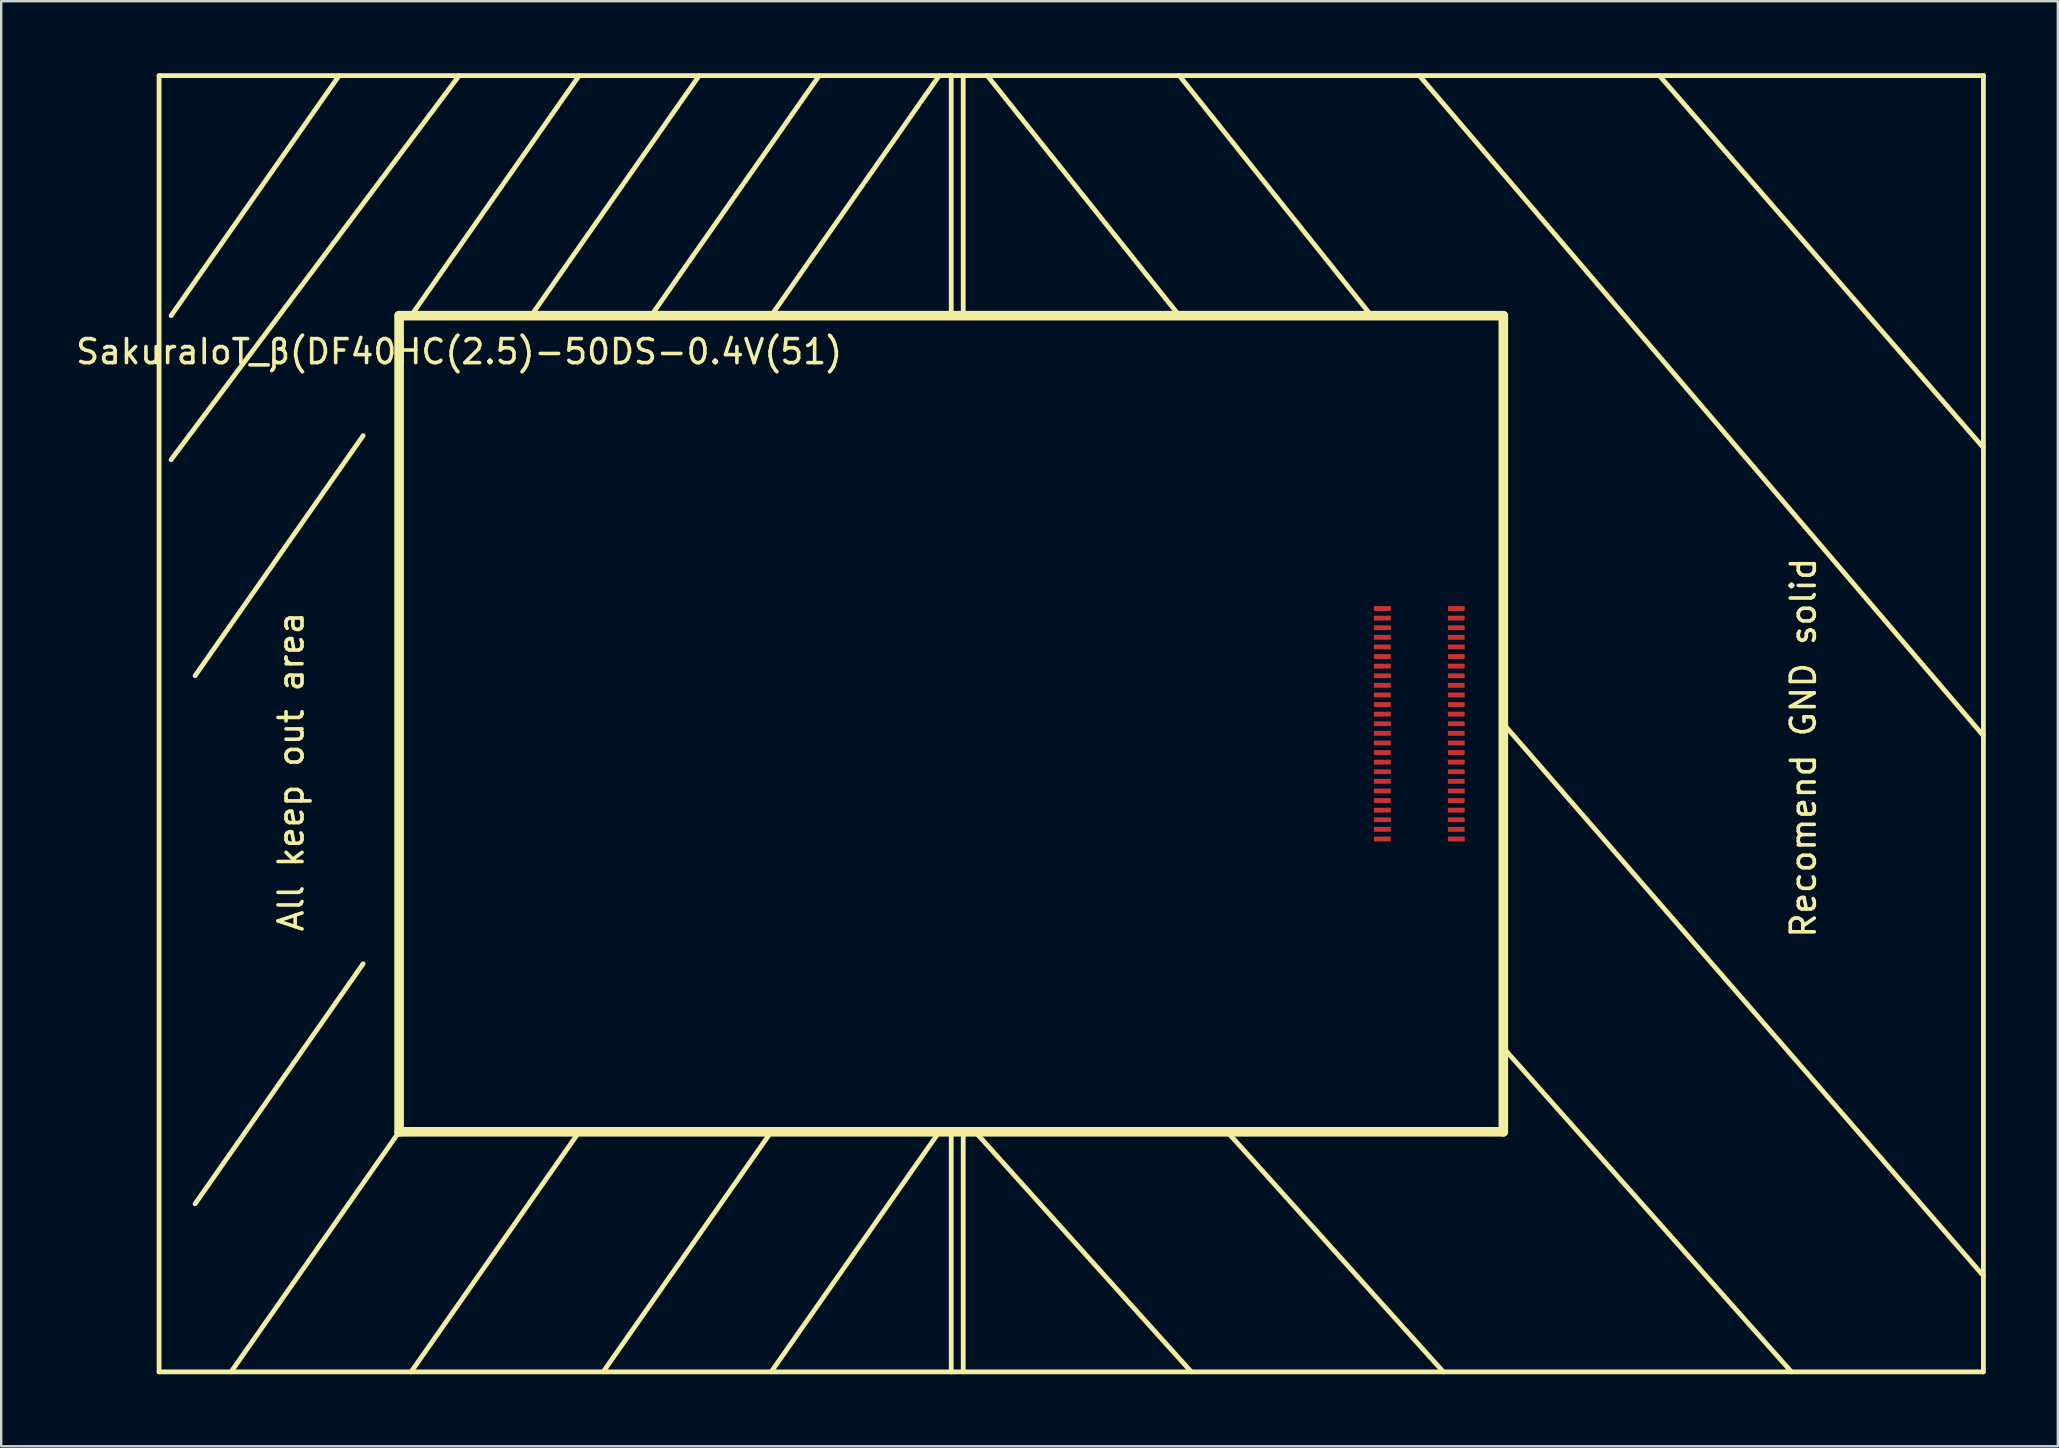
<source format=kicad_pcb>
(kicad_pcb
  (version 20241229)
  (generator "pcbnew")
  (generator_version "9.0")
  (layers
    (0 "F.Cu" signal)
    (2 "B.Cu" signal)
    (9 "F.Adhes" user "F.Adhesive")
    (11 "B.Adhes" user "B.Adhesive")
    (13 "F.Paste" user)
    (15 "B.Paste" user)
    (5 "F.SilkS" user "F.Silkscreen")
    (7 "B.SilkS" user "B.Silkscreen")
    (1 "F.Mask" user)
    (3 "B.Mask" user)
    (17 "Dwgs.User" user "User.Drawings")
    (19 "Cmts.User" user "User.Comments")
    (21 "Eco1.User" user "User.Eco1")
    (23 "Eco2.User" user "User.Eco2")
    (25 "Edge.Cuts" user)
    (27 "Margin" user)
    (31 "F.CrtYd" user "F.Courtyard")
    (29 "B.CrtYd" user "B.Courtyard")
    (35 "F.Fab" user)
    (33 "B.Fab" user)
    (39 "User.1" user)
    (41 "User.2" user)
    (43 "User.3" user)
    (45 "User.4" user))
  (footprint "SakuraIoT_β(DF40HC(2.5)-50DS-0.4V(51)"
    (layer "F.Cu")
    (at 56.077 27.1)
    (property "Reference" "SakuraIoT_β(DF40HC(2.5)-50DS-0.4V(51)" (at -40 -15.5 0) (layer "F.SilkS") (effects (font (size 1 1) (thickness 0.15))))
    (attr through_hole)
    (fp_line (start -52.5 -27) (end -19.5 -27) (stroke (width 0.2) (type solid)) (layer "F.SilkS"))
    (fp_line (start -52.5 27) (end -52.5 -27) (stroke (width 0.2) (type solid)) (layer "F.SilkS"))
    (fp_line (start -45 -27) (end -52 -17) (stroke (width 0.2) (type solid)) (layer "F.SilkS"))
    (fp_line (start -44 -12) (end -51 -2) (stroke (width 0.2) (type solid)) (layer "F.SilkS"))
    (fp_line (start -44 10) (end -51 20) (stroke (width 0.2) (type solid)) (layer "F.SilkS"))
    (fp_line (start -42.5 -17) (end 3.5 -17) (stroke (width 0.4) (type solid)) (layer "F.SilkS"))
    (fp_line (start -42.5 17) (end -49.5 27) (stroke (width 0.2) (type solid)) (layer "F.SilkS"))
    (fp_line (start -42.5 17) (end -42.5 -17) (stroke (width 0.4) (type solid)) (layer "F.SilkS"))
    (fp_line (start -40 -27) (end -52 -11) (stroke (width 0.2) (type solid)) (layer "F.SilkS"))
    (fp_line (start -35 -27) (end -42 -17) (stroke (width 0.2) (type solid)) (layer "F.SilkS"))
    (fp_line (start -35 17) (end -42 27) (stroke (width 0.2) (type solid)) (layer "F.SilkS"))
    (fp_line (start -30 -27) (end -37 -17) (stroke (width 0.2) (type solid)) (layer "F.SilkS"))
    (fp_line (start -27 17) (end -34 27) (stroke (width 0.2) (type solid)) (layer "F.SilkS"))
    (fp_line (start -25 -27) (end -32 -17) (stroke (width 0.2) (type solid)) (layer "F.SilkS"))
    (fp_line (start -20 -27) (end -27 -17) (stroke (width 0.2) (type solid)) (layer "F.SilkS"))
    (fp_line (start -20 17) (end -27 27) (stroke (width 0.2) (type solid)) (layer "F.SilkS"))
    (fp_line (start -19.5 -27) (end -19.5 -17) (stroke (width 0.2) (type solid)) (layer "F.SilkS"))
    (fp_line (start -19.5 -27) (end 23.5 -27) (stroke (width 0.2) (type solid)) (layer "F.SilkS"))
    (fp_line (start -19.5 17) (end -19.5 27) (stroke (width 0.2) (type solid)) (layer "F.SilkS"))
    (fp_line (start -19.5 27) (end -52.5 27) (stroke (width 0.2) (type solid)) (layer "F.SilkS"))
    (fp_line (start -19 -27) (end -19 -17) (stroke (width 0.2) (type solid)) (layer "F.SilkS"))
    (fp_line (start -19 17) (end -19 27) (stroke (width 0.2) (type solid)) (layer "F.SilkS"))
    (fp_line (start -18.5 17) (end -9.5 27) (stroke (width 0.2) (type solid)) (layer "F.SilkS"))
    (fp_line (start -18 -27) (end -10 -17) (stroke (width 0.2) (type solid)) (layer "F.SilkS"))
    (fp_line (start -10 -27) (end -2 -17) (stroke (width 0.2) (type solid)) (layer "F.SilkS"))
    (fp_line (start -8 17) (end 1 27) (stroke (width 0.2) (type solid)) (layer "F.SilkS"))
    (fp_line (start 0 -27) (end 23.5 0.5) (stroke (width 0.2) (type solid)) (layer "F.SilkS"))
    (fp_line (start 3.5 -17) (end 3.5 17) (stroke (width 0.4) (type solid)) (layer "F.SilkS"))
    (fp_line (start 3.5 0) (end 23.5 23) (stroke (width 0.2) (type solid)) (layer "F.SilkS"))
    (fp_line (start 3.5 13.5) (end 15.5 27) (stroke (width 0.2) (type solid)) (layer "F.SilkS"))
    (fp_line (start 3.5 17) (end -42.5 17) (stroke (width 0.4) (type solid)) (layer "F.SilkS"))
    (fp_line (start 10 -27) (end 23.5 -11.5) (stroke (width 0.2) (type solid)) (layer "F.SilkS"))
    (fp_line (start 23.5 -27) (end 23.5 27) (stroke (width 0.2) (type solid)) (layer "F.SilkS"))
    (fp_line (start 23.5 27) (end -19.5 27) (stroke (width 0.2) (type solid)) (layer "F.SilkS"))
    (fp_text user "All keep out area" (at -47 2 90) (layer "F.SilkS") (effects (font (size 1 1) (thickness 0.15))))
    (fp_text user "Recomend GND solid" (at 16 1 270) (layer "F.SilkS") (effects (font (size 1 1) (thickness 0.15))))
    (pad "1" smd rect (at -1.54 -4.8 270) (size 0.2 0.7) (layers "F.Cu" "F.Mask" "F.Paste"))
    (pad "2" smd rect (at -1.54 -4.4 270) (size 0.2 0.7) (layers "F.Cu" "F.Mask" "F.Paste"))
    (pad "3" smd rect (at -1.54 -4 270) (size 0.2 0.7) (layers "F.Cu" "F.Mask" "F.Paste"))
    (pad "4" smd rect (at -1.54 -3.6 270) (size 0.2 0.7) (layers "F.Cu" "F.Mask" "F.Paste"))
    (pad "5" smd rect (at -1.54 -3.2 270) (size 0.2 0.7) (layers "F.Cu" "F.Mask" "F.Paste"))
    (pad "6" smd rect (at -1.54 -2.8 270) (size 0.2 0.7) (layers "F.Cu" "F.Mask" "F.Paste"))
    (pad "7" smd rect (at -1.54 -2.4 270) (size 0.2 0.7) (layers "F.Cu" "F.Mask" "F.Paste"))
    (pad "8" smd rect (at -1.54 -2 270) (size 0.2 0.7) (layers "F.Cu" "F.Mask" "F.Paste"))
    (pad "9" smd rect (at -1.54 -1.6 270) (size 0.2 0.7) (layers "F.Cu" "F.Mask" "F.Paste"))
    (pad "10" smd rect (at -1.54 -1.2 270) (size 0.2 0.7) (layers "F.Cu" "F.Mask" "F.Paste"))
    (pad "11" smd rect (at -1.54 -0.8 270) (size 0.2 0.7) (layers "F.Cu" "F.Mask" "F.Paste"))
    (pad "12" smd rect (at -1.54 -0.4 270) (size 0.2 0.7) (layers "F.Cu" "F.Mask" "F.Paste"))
    (pad "13" smd rect (at -1.54 0 270) (size 0.2 0.7) (layers "F.Cu" "F.Mask" "F.Paste"))
    (pad "14" smd rect (at -1.54 0.4 270) (size 0.2 0.7) (layers "F.Cu" "F.Mask" "F.Paste"))
    (pad "15" smd rect (at -1.54 0.8 270) (size 0.2 0.7) (layers "F.Cu" "F.Mask" "F.Paste"))
    (pad "16" smd rect (at -1.54 1.2 270) (size 0.2 0.7) (layers "F.Cu" "F.Mask" "F.Paste"))
    (pad "17" smd rect (at -1.54 1.6 270) (size 0.2 0.7) (layers "F.Cu" "F.Mask" "F.Paste"))
    (pad "18" smd rect (at -1.54 2 270) (size 0.2 0.7) (layers "F.Cu" "F.Mask" "F.Paste"))
    (pad "19" smd rect (at -1.54 2.4 270) (size 0.2 0.7) (layers "F.Cu" "F.Mask" "F.Paste"))
    (pad "20" smd rect (at -1.54 2.8 270) (size 0.2 0.7) (layers "F.Cu" "F.Mask" "F.Paste"))
    (pad "21" smd rect (at -1.54 3.2 270) (size 0.2 0.7) (layers "F.Cu" "F.Mask" "F.Paste"))
    (pad "22" smd rect (at -1.54 3.6 270) (size 0.2 0.7) (layers "F.Cu" "F.Mask" "F.Paste"))
    (pad "23" smd rect (at -1.54 4 270) (size 0.2 0.7) (layers "F.Cu" "F.Mask" "F.Paste"))
    (pad "24" smd rect (at -1.54 4.4 270) (size 0.2 0.7) (layers "F.Cu" "F.Mask" "F.Paste"))
    (pad "25" smd rect (at -1.54 4.8 270) (size 0.2 0.7) (layers "F.Cu" "F.Mask" "F.Paste"))
    (pad "26" smd rect (at 1.54 4.8 90) (size 0.2 0.7) (layers "F.Cu" "F.Mask" "F.Paste"))
    (pad "27" smd rect (at 1.54 4.4 90) (size 0.2 0.7) (layers "F.Cu" "F.Mask" "F.Paste"))
    (pad "28" smd rect (at 1.54 4 90) (size 0.2 0.7) (layers "F.Cu" "F.Mask" "F.Paste"))
    (pad "29" smd rect (at 1.54 3.6 90) (size 0.2 0.7) (layers "F.Cu" "F.Mask" "F.Paste"))
    (pad "30" smd rect (at 1.54 3.2 90) (size 0.2 0.7) (layers "F.Cu" "F.Mask" "F.Paste"))
    (pad "31" smd rect (at 1.54 2.8 90) (size 0.2 0.7) (layers "F.Cu" "F.Mask" "F.Paste"))
    (pad "32" smd rect (at 1.54 2.4 90) (size 0.2 0.7) (layers "F.Cu" "F.Mask" "F.Paste"))
    (pad "33" smd rect (at 1.54 2 90) (size 0.2 0.7) (layers "F.Cu" "F.Mask" "F.Paste"))
    (pad "34" smd rect (at 1.54 1.6 90) (size 0.2 0.7) (layers "F.Cu" "F.Mask" "F.Paste"))
    (pad "35" smd rect (at 1.54 1.2 90) (size 0.2 0.7) (layers "F.Cu" "F.Mask" "F.Paste"))
    (pad "36" smd rect (at 1.54 0.8 90) (size 0.2 0.7) (layers "F.Cu" "F.Mask" "F.Paste"))
    (pad "37" smd rect (at 1.54 0.4 90) (size 0.2 0.7) (layers "F.Cu" "F.Mask" "F.Paste"))
    (pad "38" smd rect (at 1.54 0 90) (size 0.2 0.7) (layers "F.Cu" "F.Mask" "F.Paste"))
    (pad "39" smd rect (at 1.54 -0.4 90) (size 0.2 0.7) (layers "F.Cu" "F.Mask" "F.Paste"))
    (pad "40" smd rect (at 1.54 -0.8 90) (size 0.2 0.7) (layers "F.Cu" "F.Mask" "F.Paste"))
    (pad "41" smd rect (at 1.54 -1.2 90) (size 0.2 0.7) (layers "F.Cu" "F.Mask" "F.Paste"))
    (pad "42" smd rect (at 1.54 -1.6 90) (size 0.2 0.7) (layers "F.Cu" "F.Mask" "F.Paste"))
    (pad "43" smd rect (at 1.54 -2 90) (size 0.2 0.7) (layers "F.Cu" "F.Mask" "F.Paste"))
    (pad "44" smd rect (at 1.54 -2.4 90) (size 0.2 0.7) (layers "F.Cu" "F.Mask" "F.Paste"))
    (pad "45" smd rect (at 1.54 -2.8 90) (size 0.2 0.7) (layers "F.Cu" "F.Mask" "F.Paste"))
    (pad "46" smd rect (at 1.54 -3.2 90) (size 0.2 0.7) (layers "F.Cu" "F.Mask" "F.Paste"))
    (pad "47" smd rect (at 1.54 -3.6 90) (size 0.2 0.7) (layers "F.Cu" "F.Mask" "F.Paste"))
    (pad "48" smd rect (at 1.54 -4 90) (size 0.2 0.7) (layers "F.Cu" "F.Mask" "F.Paste"))
    (pad "49" smd rect (at 1.54 -4.4 90) (size 0.2 0.7) (layers "F.Cu" "F.Mask" "F.Paste"))
    (pad "50" smd rect (at 1.54 -4.8 90) (size 0.2 0.7) (layers "F.Cu" "F.Mask" "F.Paste")))
  (gr_rect
    (start -3 -3)
    (end 82.677 57.2)
    (stroke (width 0.1) (type default))
    (fill no)
    (layer "Edge.Cuts")))
</source>
